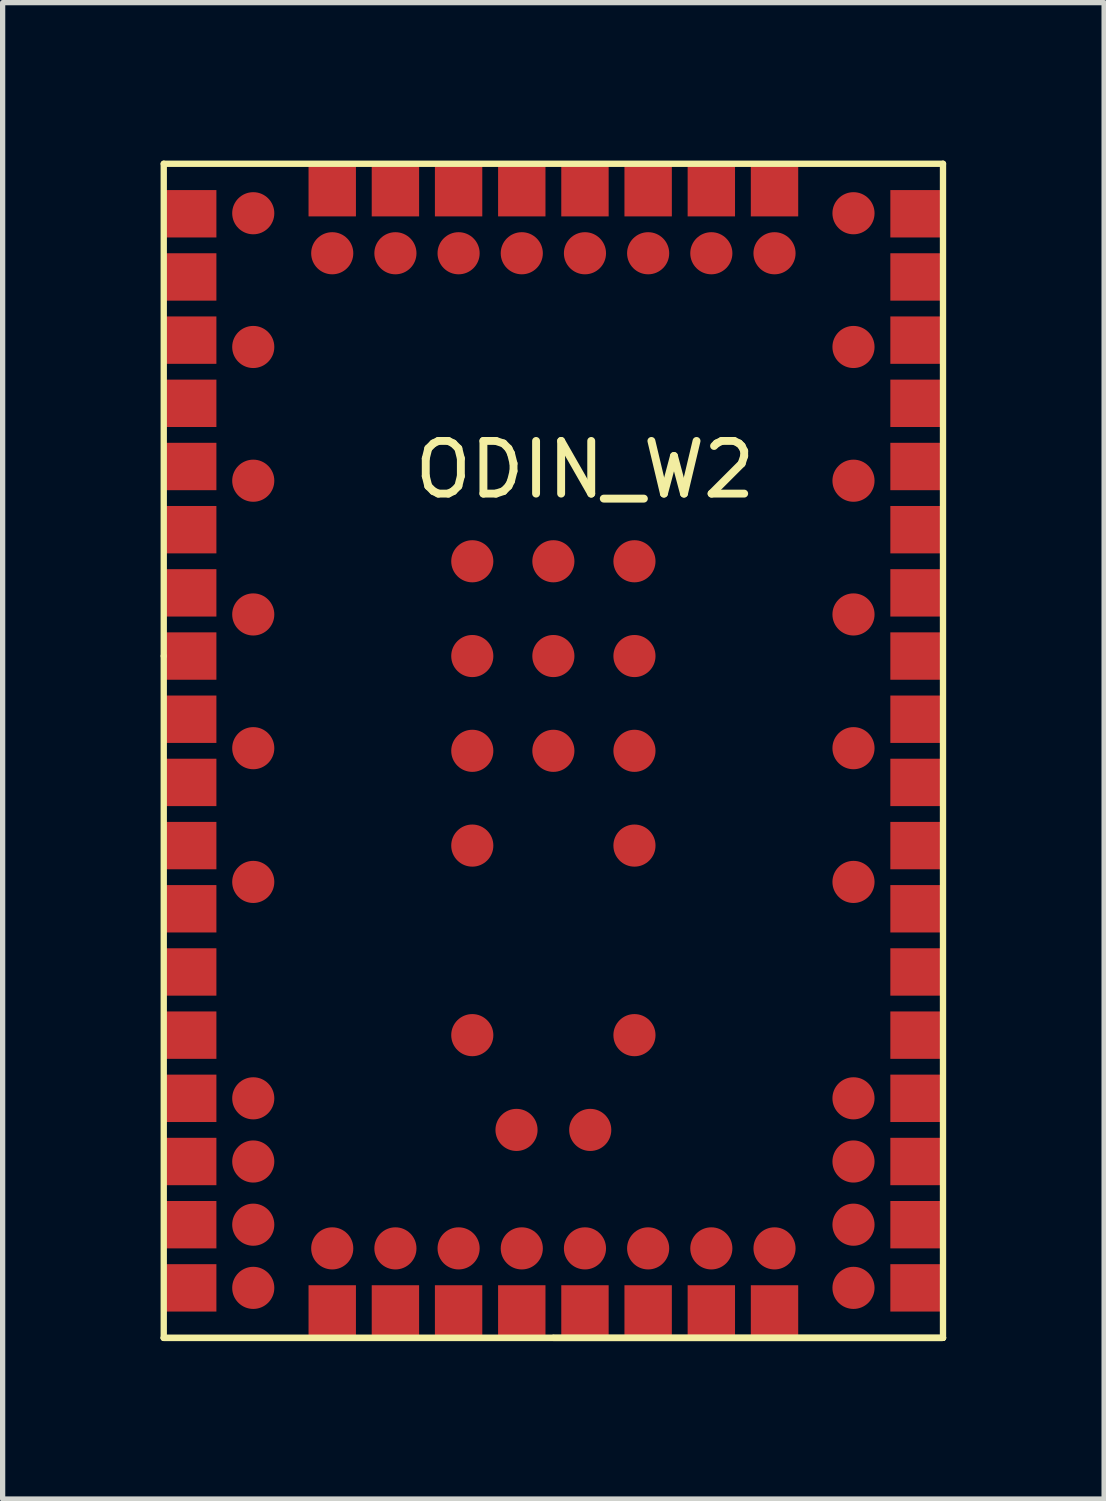
<source format=kicad_pcb>
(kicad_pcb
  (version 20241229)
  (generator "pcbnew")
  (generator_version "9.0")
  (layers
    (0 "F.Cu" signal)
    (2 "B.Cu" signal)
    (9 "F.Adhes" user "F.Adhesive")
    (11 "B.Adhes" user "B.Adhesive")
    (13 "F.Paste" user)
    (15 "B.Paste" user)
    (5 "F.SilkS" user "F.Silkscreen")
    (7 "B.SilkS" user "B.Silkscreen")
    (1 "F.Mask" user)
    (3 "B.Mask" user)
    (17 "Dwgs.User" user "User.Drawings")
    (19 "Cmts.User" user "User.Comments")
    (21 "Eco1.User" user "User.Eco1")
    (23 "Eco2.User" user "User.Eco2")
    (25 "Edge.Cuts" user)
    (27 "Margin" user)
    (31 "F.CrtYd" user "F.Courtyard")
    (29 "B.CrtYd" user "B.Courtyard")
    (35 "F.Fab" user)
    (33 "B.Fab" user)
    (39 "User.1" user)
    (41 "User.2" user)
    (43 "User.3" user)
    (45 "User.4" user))
  (footprint "ODIN_W2"
    (layer "F.Cu")
    (at 7.46 9.41)
    (property "Reference" "ODIN_W2" (at 0.6 -3.54 0) (layer "F.SilkS") (effects (font (size 1 1) (thickness 0.15))))
    (attr through_hole)
    (fp_line (start -7.4 -9.35) (end 7.4 -9.35) (stroke (width 0.12) (type solid)) (layer "F.SilkS"))
    (fp_line (start -7.4 0) (end -7.4 -9.35) (stroke (width 0.12) (type solid)) (layer "F.SilkS"))
    (fp_line (start -7.4 0) (end -7.4 12.95) (stroke (width 0.12) (type solid)) (layer "F.SilkS"))
    (fp_line (start -7.4 12.95) (end 7.4 12.95) (stroke (width 0.12) (type solid)) (layer "F.SilkS"))
    (fp_line (start 0 12.95) (end -7.4 12.95) (stroke (width 0.12) (type solid)) (layer "F.SilkS"))
    (fp_line (start 0 12.95) (end 7.4 12.95) (stroke (width 0.12) (type solid)) (layer "F.SilkS"))
    (fp_line (start 7.4 -9.35) (end 7.4 12.95) (stroke (width 0.12) (type solid)) (layer "F.SilkS"))
    (fp_line (start 7.4 12.95) (end 0 12.95) (stroke (width 0.12) (type solid)) (layer "F.SilkS"))
    (pad "A1" smd rect (at -6.9 -8.4) (size 1 0.9) (layers "F.Cu" "F.Mask" "F.Paste"))
    (pad "A2" smd rect (at -6.9 -7.2) (size 1 0.9) (layers "F.Cu" "F.Mask" "F.Paste"))
    (pad "A3" smd rect (at -6.9 -6) (size 1 0.9) (layers "F.Cu" "F.Mask" "F.Paste"))
    (pad "A4" smd rect (at -6.9 -4.8) (size 1 0.9) (layers "F.Cu" "F.Mask" "F.Paste"))
    (pad "A5" smd rect (at -6.9 -3.6) (size 1 0.9) (layers "F.Cu" "F.Mask" "F.Paste"))
    (pad "A6" smd rect (at -6.9 -2.4) (size 1 0.9) (layers "F.Cu" "F.Mask" "F.Paste"))
    (pad "A7" smd rect (at -6.9 -1.2) (size 1 0.9) (layers "F.Cu" "F.Mask" "F.Paste"))
    (pad "A8" smd rect (at -6.9 0) (size 1 0.9) (layers "F.Cu" "F.Mask" "F.Paste"))
    (pad "A9" smd rect (at -6.9 1.2) (size 1 0.9) (layers "F.Cu" "F.Mask" "F.Paste"))
    (pad "A10" smd rect (at -6.9 2.4) (size 1 0.9) (layers "F.Cu" "F.Mask" "F.Paste"))
    (pad "A11" smd rect (at -6.9 3.6) (size 1 0.9) (layers "F.Cu" "F.Mask" "F.Paste"))
    (pad "A12" smd rect (at -6.9 4.8) (size 1 0.9) (layers "F.Cu" "F.Mask" "F.Paste"))
    (pad "A13" smd rect (at -6.9 6) (size 1 0.9) (layers "F.Cu" "F.Mask" "F.Paste"))
    (pad "A14" smd rect (at -6.9 7.2) (size 1 0.9) (layers "F.Cu" "F.Mask" "F.Paste"))
    (pad "A15" smd rect (at -6.9 8.4) (size 1 0.9) (layers "F.Cu" "F.Mask" "F.Paste"))
    (pad "A16" smd rect (at -6.9 9.6) (size 1 0.9) (layers "F.Cu" "F.Mask" "F.Paste"))
    (pad "A17" smd rect (at -6.9 10.8) (size 1 0.9) (layers "F.Cu" "F.Mask" "F.Paste"))
    (pad "A18" smd rect (at -6.9 12) (size 1 0.9) (layers "F.Cu" "F.Mask" "F.Paste"))
    (pad "B1" smd rect (at -4.2 12.45) (size 0.9 1) (layers "F.Cu" "F.Mask" "F.Paste"))
    (pad "B2" smd rect (at -3 12.45) (size 0.9 1) (layers "F.Cu" "F.Mask" "F.Paste"))
    (pad "B3" smd rect (at -1.8 12.45) (size 0.9 1) (layers "F.Cu" "F.Mask" "F.Paste"))
    (pad "B4" smd rect (at -0.6 12.45) (size 0.9 1) (layers "F.Cu" "F.Mask" "F.Paste"))
    (pad "B5" smd rect (at 0.6 12.45) (size 0.9 1) (layers "F.Cu" "F.Mask" "F.Paste"))
    (pad "B6" smd rect (at 1.8 12.45) (size 0.9 1) (layers "F.Cu" "F.Mask" "F.Paste"))
    (pad "B7" smd rect (at 3 12.45) (size 0.9 1) (layers "F.Cu" "F.Mask" "F.Paste"))
    (pad "B8" smd rect (at 4.2 12.45) (size 0.9 1) (layers "F.Cu" "F.Mask" "F.Paste"))
    (pad "C1" smd rect (at 6.9 12) (size 1 0.9) (layers "F.Cu" "F.Mask" "F.Paste"))
    (pad "C2" smd rect (at 6.9 10.8) (size 1 0.9) (layers "F.Cu" "F.Mask" "F.Paste"))
    (pad "C3" smd rect (at 6.9 9.6) (size 1 0.9) (layers "F.Cu" "F.Mask" "F.Paste"))
    (pad "C4" smd rect (at 6.9 8.4) (size 1 0.9) (layers "F.Cu" "F.Mask" "F.Paste"))
    (pad "C5" smd rect (at 6.9 7.2) (size 1 0.9) (layers "F.Cu" "F.Mask" "F.Paste"))
    (pad "C6" smd rect (at 6.9 6) (size 1 0.9) (layers "F.Cu" "F.Mask" "F.Paste"))
    (pad "C7" smd rect (at 6.9 4.8) (size 1 0.9) (layers "F.Cu" "F.Mask" "F.Paste"))
    (pad "C8" smd rect (at 6.9 3.6) (size 1 0.9) (layers "F.Cu" "F.Mask" "F.Paste"))
    (pad "C9" smd rect (at 6.9 2.4) (size 1 0.9) (layers "F.Cu" "F.Mask" "F.Paste"))
    (pad "C10" smd rect (at 6.9 1.2) (size 1 0.9) (layers "F.Cu" "F.Mask" "F.Paste"))
    (pad "C11" smd rect (at 6.9 0) (size 1 0.9) (layers "F.Cu" "F.Mask" "F.Paste"))
    (pad "C12" smd rect (at 6.9 -1.2) (size 1 0.9) (layers "F.Cu" "F.Mask" "F.Paste"))
    (pad "C13" smd rect (at 6.9 -2.4) (size 1 0.9) (layers "F.Cu" "F.Mask" "F.Paste"))
    (pad "C14" smd rect (at 6.9 -3.6) (size 1 0.9) (layers "F.Cu" "F.Mask" "F.Paste"))
    (pad "C15" smd rect (at 6.9 -4.8) (size 1 0.9) (layers "F.Cu" "F.Mask" "F.Paste"))
    (pad "C16" smd rect (at 6.9 -6) (size 1 0.9) (layers "F.Cu" "F.Mask" "F.Paste"))
    (pad "C17" smd rect (at 6.9 -7.2) (size 1 0.9) (layers "F.Cu" "F.Mask" "F.Paste"))
    (pad "C18" smd rect (at 6.9 -8.4) (size 1 0.9) (layers "F.Cu" "F.Mask" "F.Paste"))
    (pad "D1" smd rect (at 4.2 -8.85) (size 0.9 1) (layers "F.Cu" "F.Mask" "F.Paste"))
    (pad "D2" smd rect (at 3 -8.85) (size 0.9 1) (layers "F.Cu" "F.Mask" "F.Paste"))
    (pad "D3" smd rect (at 1.8 -8.85) (size 0.9 1) (layers "F.Cu" "F.Mask" "F.Paste"))
    (pad "D4" smd rect (at 0.6 -8.85) (size 0.9 1) (layers "F.Cu" "F.Mask" "F.Paste"))
    (pad "D5" smd rect (at -0.6 -8.85) (size 0.9 1) (layers "F.Cu" "F.Mask" "F.Paste"))
    (pad "D6" smd rect (at -1.8 -8.85) (size 0.9 1) (layers "F.Cu" "F.Mask" "F.Paste"))
    (pad "D7" smd rect (at -3 -8.85) (size 0.9 1) (layers "F.Cu" "F.Mask" "F.Paste"))
    (pad "D8" smd rect (at -4.2 -8.85) (size 0.9 1) (layers "F.Cu" "F.Mask" "F.Paste"))
    (pad "G1" smd circle (at -5.7 8.4) (size 0.8 0.8) (layers "F.Cu" "F.Mask" "F.Paste"))
    (pad "G2" smd circle (at -5.7 9.6) (size 0.8 0.8) (layers "F.Cu" "F.Mask" "F.Paste"))
    (pad "G3" smd circle (at -5.7 10.8) (size 0.8 0.8) (layers "F.Cu" "F.Mask" "F.Paste"))
    (pad "G4" smd circle (at -5.7 12) (size 0.8 0.8) (layers "F.Cu" "F.Mask" "F.Paste"))
    (pad "G5" smd circle (at -4.2 11.25) (size 0.8 0.8) (layers "F.Cu" "F.Mask" "F.Paste"))
    (pad "G6" smd circle (at -3 11.25) (size 0.8 0.8) (layers "F.Cu" "F.Mask" "F.Paste"))
    (pad "G7" smd circle (at -1.8 11.25) (size 0.8 0.8) (layers "F.Cu" "F.Mask" "F.Paste"))
    (pad "G8" smd circle (at -0.6 11.25) (size 0.8 0.8) (layers "F.Cu" "F.Mask" "F.Paste"))
    (pad "G9" smd circle (at 0.6 11.25) (size 0.8 0.8) (layers "F.Cu" "F.Mask" "F.Paste"))
    (pad "G10" smd circle (at 1.8 11.25) (size 0.8 0.8) (layers "F.Cu" "F.Mask" "F.Paste"))
    (pad "G11" smd circle (at 3 11.25) (size 0.8 0.8) (layers "F.Cu" "F.Mask" "F.Paste"))
    (pad "G12" smd circle (at 4.2 11.25) (size 0.8 0.8) (layers "F.Cu" "F.Mask" "F.Paste"))
    (pad "G13" smd circle (at 5.7 12) (size 0.8 0.8) (layers "F.Cu" "F.Mask" "F.Paste"))
    (pad "G14" smd circle (at 5.7 10.8) (size 0.8 0.8) (layers "F.Cu" "F.Mask" "F.Paste"))
    (pad "G15" smd circle (at 5.7 9.6) (size 0.8 0.8) (layers "F.Cu" "F.Mask" "F.Paste"))
    (pad "G16" smd circle (at 5.7 8.4) (size 0.8 0.8) (layers "F.Cu" "F.Mask" "F.Paste"))
    (pad "G17" smd circle (at 4.2 -7.65) (size 0.8 0.8) (layers "F.Cu" "F.Mask" "F.Paste"))
    (pad "G18" smd circle (at 3 -7.65) (size 0.8 0.8) (layers "F.Cu" "F.Mask" "F.Paste"))
    (pad "G19" smd circle (at 1.8 -7.65) (size 0.8 0.8) (layers "F.Cu" "F.Mask" "F.Paste"))
    (pad "G20" smd circle (at 0.6 -7.65) (size 0.8 0.8) (layers "F.Cu" "F.Mask" "F.Paste"))
    (pad "G21" smd circle (at -0.6 -7.65) (size 0.8 0.8) (layers "F.Cu" "F.Mask" "F.Paste"))
    (pad "G22" smd circle (at -1.8 -7.65) (size 0.8 0.8) (layers "F.Cu" "F.Mask" "F.Paste"))
    (pad "G23" smd circle (at -3 -7.65) (size 0.8 0.8) (layers "F.Cu" "F.Mask" "F.Paste"))
    (pad "G24" smd circle (at -4.2 -7.65) (size 0.8 0.8) (layers "F.Cu" "F.Mask" "F.Paste"))
    (pad "G25" smd circle (at -1.54 7.2) (size 0.8 0.8) (layers "F.Cu" "F.Mask" "F.Paste"))
    (pad "G26" smd circle (at -0.7 9) (size 0.8 0.8) (layers "F.Cu" "F.Mask" "F.Paste"))
    (pad "G27" smd circle (at 0.7 9) (size 0.8 0.8) (layers "F.Cu" "F.Mask" "F.Paste"))
    (pad "G28" smd circle (at 1.54 7.2) (size 0.8 0.8) (layers "F.Cu" "F.Mask" "F.Paste"))
    (pad "G29" smd circle (at 1.54 3.6) (size 0.8 0.8) (layers "F.Cu" "F.Mask" "F.Paste"))
    (pad "G30" smd circle (at 1.54 1.8) (size 0.8 0.8) (layers "F.Cu" "F.Mask" "F.Paste"))
    (pad "G31" smd circle (at 1.54 0) (size 0.8 0.8) (layers "F.Cu" "F.Mask" "F.Paste"))
    (pad "G32" smd circle (at 1.54 -1.8) (size 0.8 0.8) (layers "F.Cu" "F.Mask" "F.Paste"))
    (pad "G33" smd circle (at 0 -1.8) (size 0.8 0.8) (layers "F.Cu" "F.Mask" "F.Paste"))
    (pad "G34" smd circle (at 0 0) (size 0.8 0.8) (layers "F.Cu" "F.Mask" "F.Paste"))
    (pad "G35" smd circle (at 0 1.8) (size 0.8 0.8) (layers "F.Cu" "F.Mask" "F.Paste"))
    (pad "G36" smd circle (at -1.54 3.6) (size 0.8 0.8) (layers "F.Cu" "F.Mask" "F.Paste"))
    (pad "G37" smd circle (at -1.54 1.8) (size 0.8 0.8) (layers "F.Cu" "F.Mask" "F.Paste"))
    (pad "G38" smd circle (at -1.54 0) (size 0.8 0.8) (layers "F.Cu" "F.Mask" "F.Paste"))
    (pad "G39" smd circle (at -1.54 -1.8) (size 0.8 0.8) (layers "F.Cu" "F.Mask" "F.Paste"))
    (pad "TP1" smd circle (at -5.7 4.29) (size 0.8 0.8) (layers "F.Cu" "F.Mask" "F.Paste"))
    (pad "TP2" smd circle (at 5.7 4.29) (size 0.8 0.8) (layers "F.Cu" "F.Mask" "F.Paste"))
    (pad "TP3" smd circle (at -5.7 1.75) (size 0.8 0.8) (layers "F.Cu" "F.Mask" "F.Paste"))
    (pad "TP4" smd circle (at 5.7 1.75) (size 0.8 0.8) (layers "F.Cu" "F.Mask" "F.Paste"))
    (pad "TP5" smd circle (at -5.7 -0.79) (size 0.8 0.8) (layers "F.Cu" "F.Mask" "F.Paste"))
    (pad "TP6" smd circle (at 5.7 -0.79) (size 0.8 0.8) (layers "F.Cu" "F.Mask" "F.Paste"))
    (pad "TP7" smd circle (at -5.7 -3.33) (size 0.8 0.8) (layers "F.Cu" "F.Mask" "F.Paste"))
    (pad "TP8" smd circle (at 5.7 -3.33) (size 0.8 0.8) (layers "F.Cu" "F.Mask" "F.Paste"))
    (pad "TP9" smd circle (at -5.7 -5.87) (size 0.8 0.8) (layers "F.Cu" "F.Mask" "F.Paste"))
    (pad "TP10" smd circle (at 5.7 -5.87) (size 0.8 0.8) (layers "F.Cu" "F.Mask" "F.Paste"))
    (pad "TP11" smd circle (at -5.7 -8.41) (size 0.8 0.8) (layers "F.Cu" "F.Mask" "F.Paste"))
    (pad "TP12" smd circle (at 5.7 -8.41) (size 0.8 0.8) (layers "F.Cu" "F.Mask" "F.Paste")))
  (gr_rect
    (start -3 -3)
    (end 17.92 25.42)
    (stroke (width 0.1) (type default))
    (fill no)
    (layer "Edge.Cuts")))
</source>
